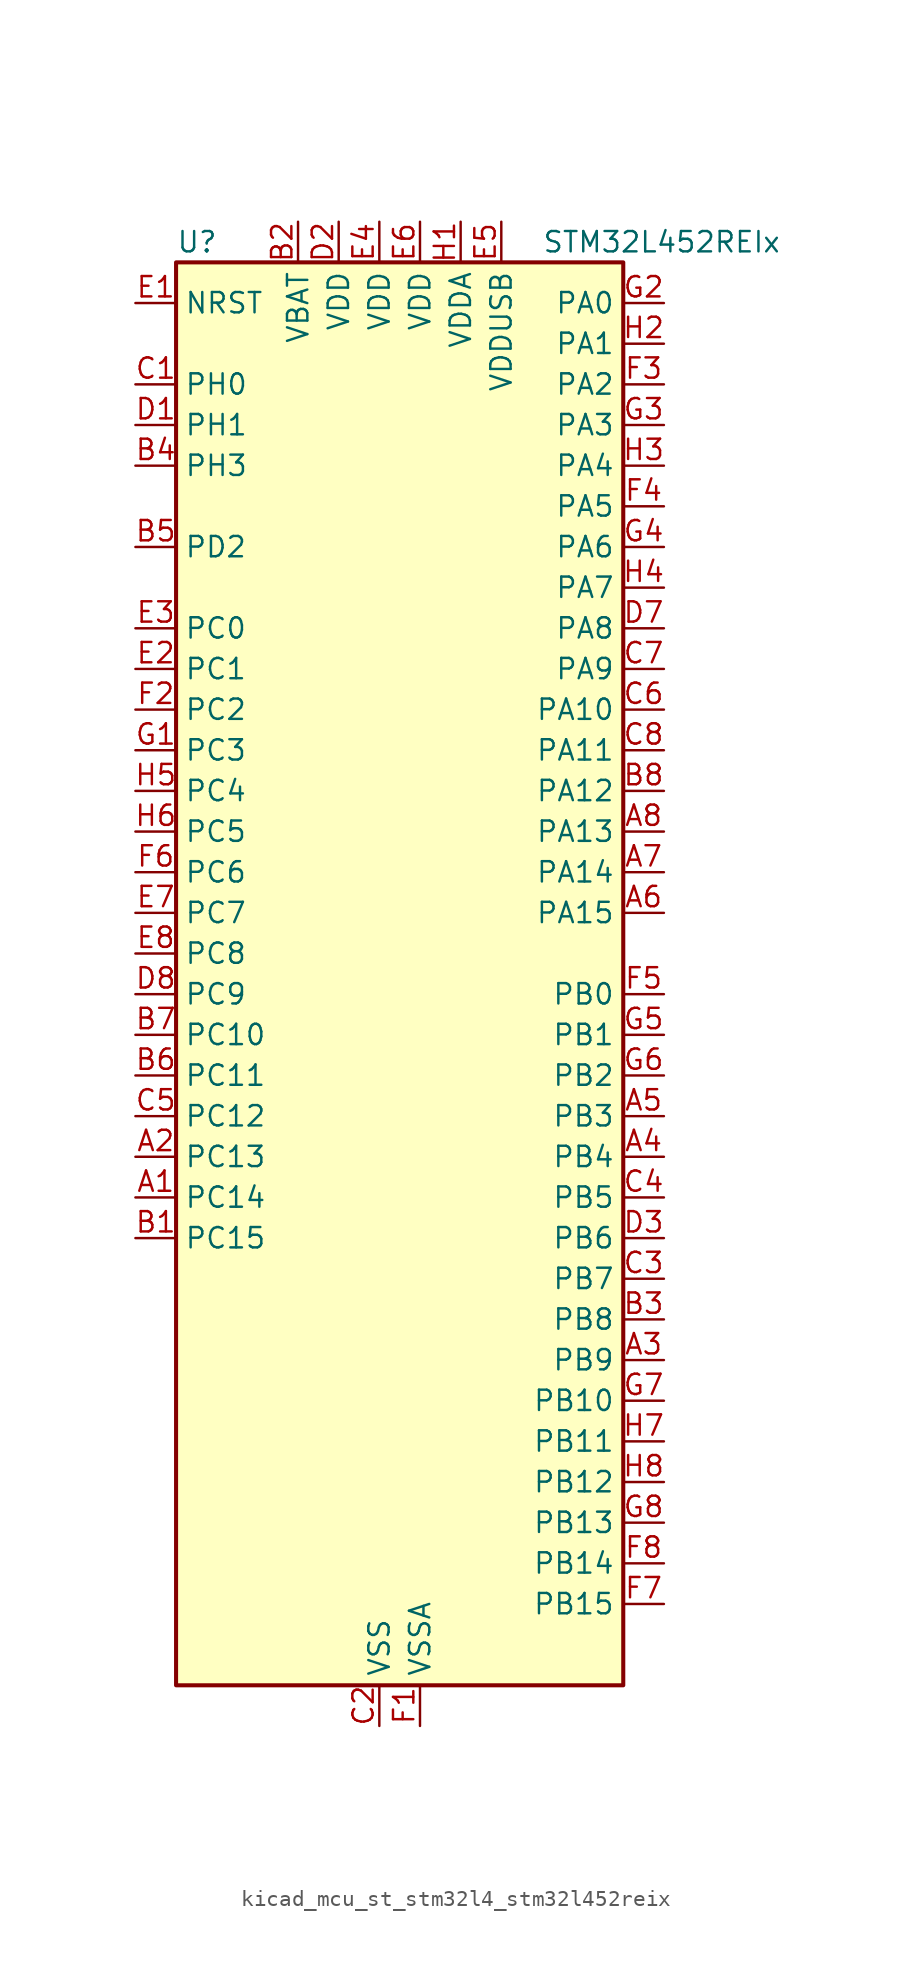
<source format=kicad_sym>
(kicad_symbol_lib
  (version 20220914)
  (generator kicad_symbol_editor)
  (symbol "kicad_mcu_st_stm32l4_stm32l452reix"
    (property "Reference" "U"
      (at -12.7 46.99 0)
      (effects (font (size 1.27 1.27)) (justify left)))
    (property "Value" "STM32L452REIx"
      (at 10.16 46.99 0)
      (effects (font (size 1.27 1.27)) (justify left)))
    (property "ki_locked" ""
      (at 0 0 0)
      (effects (font (size 1.27 1.27))))
    (symbol "kicad_mcu_st_stm32l4_stm32l452reix_0_1"
      (rectangle (start -12.7 -43.18) (end 15.24 45.72) (stroke (width 0.254) (type default)) (fill (type background))))
    (symbol "kicad_mcu_st_stm32l4_stm32l452reix_1_1"
      (pin bidirectional line (at -15.24 -12.7 0) (length 2.54) (name "PC14" (effects (font (size 1.27 1.27)))) (number "A1" (effects (font (size 1.27 1.27)))) (alternate "RCC_OSC32_IN" bidirectional line))
      (pin bidirectional line (at -15.24 -10.16 0) (length 2.54) (name "PC13" (effects (font (size 1.27 1.27)))) (number "A2" (effects (font (size 1.27 1.27)))) (alternate "RTC_OUT_ALARM" bidirectional line) (alternate "RTC_OUT_CALIB" bidirectional line) (alternate "RTC_TAMP1" bidirectional line) (alternate "RTC_TS" bidirectional line) (alternate "SYS_WKUP2" bidirectional line))
      (pin bidirectional line (at 17.78 -22.86 180) (length 2.54) (name "PB9" (effects (font (size 1.27 1.27)))) (number "A3" (effects (font (size 1.27 1.27)))) (alternate "CAN1_TX" bidirectional line) (alternate "DAC1_EXTI9" bidirectional line) (alternate "I2C1_SDA" bidirectional line) (alternate "IR_OUT" bidirectional line) (alternate "SAI1_FS_A" bidirectional line) (alternate "SDMMC1_D5" bidirectional line) (alternate "SPI2_NSS" bidirectional line))
      (pin bidirectional line (at 17.78 -10.16 180) (length 2.54) (name "PB4" (effects (font (size 1.27 1.27)))) (number "A4" (effects (font (size 1.27 1.27)))) (alternate "COMP2_INP" bidirectional line) (alternate "I2C3_SDA" bidirectional line) (alternate "SAI1_MCLK_B" bidirectional line) (alternate "SPI1_MISO" bidirectional line) (alternate "SPI3_MISO" bidirectional line) (alternate "SYS_JTRST" bidirectional line) (alternate "TIM3_CH1" bidirectional line) (alternate "TSC_G2_IO1" bidirectional line) (alternate "USART1_CTS" bidirectional line))
      (pin bidirectional line (at 17.78 -7.62 180) (length 2.54) (name "PB3" (effects (font (size 1.27 1.27)))) (number "A5" (effects (font (size 1.27 1.27)))) (alternate "COMP2_INM" bidirectional line) (alternate "SAI1_SCK_B" bidirectional line) (alternate "SPI1_SCK" bidirectional line) (alternate "SPI3_SCK" bidirectional line) (alternate "SYS_JTDO-SWO" bidirectional line) (alternate "TIM2_CH2" bidirectional line) (alternate "USART1_DE" bidirectional line) (alternate "USART1_RTS" bidirectional line))
      (pin bidirectional line (at 17.78 5.08 180) (length 2.54) (name "PA15" (effects (font (size 1.27 1.27)))) (number "A6" (effects (font (size 1.27 1.27)))) (alternate "ADC1_EXTI15" bidirectional line) (alternate "SPI1_NSS" bidirectional line) (alternate "SPI3_NSS" bidirectional line) (alternate "SYS_JTDI" bidirectional line) (alternate "TIM2_CH1" bidirectional line) (alternate "TIM2_ETR" bidirectional line) (alternate "TSC_G3_IO1" bidirectional line) (alternate "UART4_DE" bidirectional line) (alternate "UART4_RTS" bidirectional line) (alternate "USART2_RX" bidirectional line) (alternate "USART3_DE" bidirectional line) (alternate "USART3_RTS" bidirectional line))
      (pin bidirectional line (at 17.78 7.62 180) (length 2.54) (name "PA14" (effects (font (size 1.27 1.27)))) (number "A7" (effects (font (size 1.27 1.27)))) (alternate "I2C1_SMBA" bidirectional line) (alternate "I2C4_SMBA" bidirectional line) (alternate "LPTIM1_OUT" bidirectional line) (alternate "SAI1_FS_B" bidirectional line) (alternate "SYS_JTCK-SWCLK" bidirectional line))
      (pin bidirectional line (at 17.78 10.16 180) (length 2.54) (name "PA13" (effects (font (size 1.27 1.27)))) (number "A8" (effects (font (size 1.27 1.27)))) (alternate "IR_OUT" bidirectional line) (alternate "SAI1_SD_B" bidirectional line) (alternate "SYS_JTMS-SWDIO" bidirectional line) (alternate "USB_NOE" bidirectional line))
      (pin bidirectional line (at -15.24 -15.24 0) (length 2.54) (name "PC15" (effects (font (size 1.27 1.27)))) (number "B1" (effects (font (size 1.27 1.27)))) (alternate "ADC1_EXTI15" bidirectional line) (alternate "RCC_OSC32_OUT" bidirectional line))
      (pin power_in line (at -5.08 48.26 270) (length 2.54) (name "VBAT" (effects (font (size 1.27 1.27)))) (number "B2" (effects (font (size 1.27 1.27)))))
      (pin bidirectional line (at 17.78 -20.32 180) (length 2.54) (name "PB8" (effects (font (size 1.27 1.27)))) (number "B3" (effects (font (size 1.27 1.27)))) (alternate "CAN1_RX" bidirectional line) (alternate "I2C1_SCL" bidirectional line) (alternate "SAI1_MCLK_A" bidirectional line) (alternate "SDMMC1_D4" bidirectional line) (alternate "TIM16_CH1" bidirectional line))
      (pin bidirectional line (at -15.24 33.02 0) (length 2.54) (name "PH3" (effects (font (size 1.27 1.27)))) (number "B4" (effects (font (size 1.27 1.27)))))
      (pin bidirectional line (at -15.24 27.94 0) (length 2.54) (name "PD2" (effects (font (size 1.27 1.27)))) (number "B5" (effects (font (size 1.27 1.27)))) (alternate "SDMMC1_CMD" bidirectional line) (alternate "SYS_TRACED2" bidirectional line) (alternate "TIM3_ETR" bidirectional line) (alternate "TSC_SYNC" bidirectional line) (alternate "USART3_DE" bidirectional line) (alternate "USART3_RTS" bidirectional line))
      (pin bidirectional line (at -15.24 -5.08 0) (length 2.54) (name "PC11" (effects (font (size 1.27 1.27)))) (number "B6" (effects (font (size 1.27 1.27)))) (alternate "ADC1_EXTI11" bidirectional line) (alternate "SDMMC1_D3" bidirectional line) (alternate "SPI3_MISO" bidirectional line) (alternate "TSC_G3_IO3" bidirectional line) (alternate "UART4_RX" bidirectional line) (alternate "USART3_RX" bidirectional line))
      (pin bidirectional line (at -15.24 -2.54 0) (length 2.54) (name "PC10" (effects (font (size 1.27 1.27)))) (number "B7" (effects (font (size 1.27 1.27)))) (alternate "SDMMC1_D2" bidirectional line) (alternate "SPI3_SCK" bidirectional line) (alternate "SYS_TRACED1" bidirectional line) (alternate "TSC_G3_IO2" bidirectional line) (alternate "UART4_TX" bidirectional line) (alternate "USART3_TX" bidirectional line))
      (pin bidirectional line (at 17.78 12.7 180) (length 2.54) (name "PA12" (effects (font (size 1.27 1.27)))) (number "B8" (effects (font (size 1.27 1.27)))) (alternate "CAN1_TX" bidirectional line) (alternate "SPI1_MOSI" bidirectional line) (alternate "TIM1_ETR" bidirectional line) (alternate "USART1_DE" bidirectional line) (alternate "USART1_RTS" bidirectional line) (alternate "USB_DP" bidirectional line))
      (pin bidirectional line (at -15.24 38.1 0) (length 2.54) (name "PH0" (effects (font (size 1.27 1.27)))) (number "C1" (effects (font (size 1.27 1.27)))) (alternate "RCC_OSC_IN" bidirectional line))
      (pin power_in line (at 0 -45.72 90) (length 2.54) (name "VSS" (effects (font (size 1.27 1.27)))) (number "C2" (effects (font (size 1.27 1.27)))))
      (pin bidirectional line (at 17.78 -17.78 180) (length 2.54) (name "PB7" (effects (font (size 1.27 1.27)))) (number "C3" (effects (font (size 1.27 1.27)))) (alternate "COMP2_INM" bidirectional line) (alternate "I2C1_SDA" bidirectional line) (alternate "I2C4_SDA" bidirectional line) (alternate "LPTIM1_IN2" bidirectional line) (alternate "SYS_PVD_IN" bidirectional line) (alternate "TSC_G2_IO4" bidirectional line) (alternate "UART4_CTS" bidirectional line) (alternate "USART1_RX" bidirectional line))
      (pin bidirectional line (at 17.78 -12.7 180) (length 2.54) (name "PB5" (effects (font (size 1.27 1.27)))) (number "C4" (effects (font (size 1.27 1.27)))) (alternate "CAN1_RX" bidirectional line) (alternate "COMP2_OUT" bidirectional line) (alternate "I2C1_SMBA" bidirectional line) (alternate "LPTIM1_IN1" bidirectional line) (alternate "SAI1_SD_B" bidirectional line) (alternate "SPI1_MOSI" bidirectional line) (alternate "SPI3_MOSI" bidirectional line) (alternate "TIM16_BKIN" bidirectional line) (alternate "TIM3_CH2" bidirectional line) (alternate "TSC_G2_IO2" bidirectional line) (alternate "USART1_CK" bidirectional line))
      (pin bidirectional line (at -15.24 -7.62 0) (length 2.54) (name "PC12" (effects (font (size 1.27 1.27)))) (number "C5" (effects (font (size 1.27 1.27)))) (alternate "SDMMC1_CK" bidirectional line) (alternate "SPI3_MOSI" bidirectional line) (alternate "SYS_TRACED3" bidirectional line) (alternate "TSC_G3_IO4" bidirectional line) (alternate "USART3_CK" bidirectional line))
      (pin bidirectional line (at 17.78 17.78 180) (length 2.54) (name "PA10" (effects (font (size 1.27 1.27)))) (number "C6" (effects (font (size 1.27 1.27)))) (alternate "CRS_SYNC" bidirectional line) (alternate "I2C1_SDA" bidirectional line) (alternate "SAI1_SD_A" bidirectional line) (alternate "TIM1_CH3" bidirectional line) (alternate "USART1_RX" bidirectional line))
      (pin bidirectional line (at 17.78 20.32 180) (length 2.54) (name "PA9" (effects (font (size 1.27 1.27)))) (number "C7" (effects (font (size 1.27 1.27)))) (alternate "DAC1_EXTI9" bidirectional line) (alternate "DFSDM1_DATIN1" bidirectional line) (alternate "I2C1_SCL" bidirectional line) (alternate "SAI1_FS_A" bidirectional line) (alternate "TIM15_BKIN" bidirectional line) (alternate "TIM1_CH2" bidirectional line) (alternate "USART1_TX" bidirectional line))
      (pin bidirectional line (at 17.78 15.24 180) (length 2.54) (name "PA11" (effects (font (size 1.27 1.27)))) (number "C8" (effects (font (size 1.27 1.27)))) (alternate "ADC1_EXTI11" bidirectional line) (alternate "CAN1_RX" bidirectional line) (alternate "COMP1_OUT" bidirectional line) (alternate "SPI1_MISO" bidirectional line) (alternate "TIM1_BKIN2" bidirectional line) (alternate "TIM1_BKIN2_COMP1" bidirectional line) (alternate "TIM1_CH4" bidirectional line) (alternate "USART1_CTS" bidirectional line) (alternate "USB_DM" bidirectional line))
      (pin bidirectional line (at -15.24 35.56 0) (length 2.54) (name "PH1" (effects (font (size 1.27 1.27)))) (number "D1" (effects (font (size 1.27 1.27)))) (alternate "RCC_OSC_OUT" bidirectional line))
      (pin power_in line (at -2.54 48.26 270) (length 2.54) (name "VDD" (effects (font (size 1.27 1.27)))) (number "D2" (effects (font (size 1.27 1.27)))))
      (pin bidirectional line (at 17.78 -15.24 180) (length 2.54) (name "PB6" (effects (font (size 1.27 1.27)))) (number "D3" (effects (font (size 1.27 1.27)))) (alternate "CAN1_TX" bidirectional line) (alternate "COMP2_INP" bidirectional line) (alternate "I2C1_SCL" bidirectional line) (alternate "I2C4_SCL" bidirectional line) (alternate "LPTIM1_ETR" bidirectional line) (alternate "SAI1_FS_B" bidirectional line) (alternate "TIM16_CH1N" bidirectional line) (alternate "TSC_G2_IO3" bidirectional line) (alternate "USART1_TX" bidirectional line))
      (pin passive line (at 0 -45.72 90) (length 2.54) hide (name "VSS" (effects (font (size 1.27 1.27)))) (number "D4" (effects (font (size 1.27 1.27)))))
      (pin passive line (at 0 -45.72 90) (length 2.54) hide (name "VSS" (effects (font (size 1.27 1.27)))) (number "D5" (effects (font (size 1.27 1.27)))))
      (pin passive line (at 0 -45.72 90) (length 2.54) hide (name "VSS" (effects (font (size 1.27 1.27)))) (number "D6" (effects (font (size 1.27 1.27)))))
      (pin bidirectional line (at 17.78 22.86 180) (length 2.54) (name "PA8" (effects (font (size 1.27 1.27)))) (number "D7" (effects (font (size 1.27 1.27)))) (alternate "DFSDM1_CKIN1" bidirectional line) (alternate "LPTIM2_OUT" bidirectional line) (alternate "RCC_MCO" bidirectional line) (alternate "SAI1_SCK_A" bidirectional line) (alternate "TIM1_CH1" bidirectional line) (alternate "USART1_CK" bidirectional line))
      (pin bidirectional line (at -15.24 0 0) (length 2.54) (name "PC9" (effects (font (size 1.27 1.27)))) (number "D8" (effects (font (size 1.27 1.27)))) (alternate "DAC1_EXTI9" bidirectional line) (alternate "SDMMC1_D1" bidirectional line) (alternate "TIM3_CH4" bidirectional line) (alternate "TSC_G4_IO4" bidirectional line) (alternate "USB_NOE" bidirectional line))
      (pin input line (at -15.24 43.18 0) (length 2.54) (name "NRST" (effects (font (size 1.27 1.27)))) (number "E1" (effects (font (size 1.27 1.27)))))
      (pin bidirectional line (at -15.24 20.32 0) (length 2.54) (name "PC1" (effects (font (size 1.27 1.27)))) (number "E2" (effects (font (size 1.27 1.27)))) (alternate "ADC1_IN2" bidirectional line) (alternate "I2C3_SDA" bidirectional line) (alternate "I2C4_SDA" bidirectional line) (alternate "LPTIM1_OUT" bidirectional line) (alternate "LPUART1_TX" bidirectional line) (alternate "SYS_TRACED0" bidirectional line))
      (pin bidirectional line (at -15.24 22.86 0) (length 2.54) (name "PC0" (effects (font (size 1.27 1.27)))) (number "E3" (effects (font (size 1.27 1.27)))) (alternate "ADC1_IN1" bidirectional line) (alternate "I2C3_SCL" bidirectional line) (alternate "I2C4_SCL" bidirectional line) (alternate "LPTIM1_IN1" bidirectional line) (alternate "LPTIM2_IN1" bidirectional line) (alternate "LPUART1_RX" bidirectional line))
      (pin power_in line (at 0 48.26 270) (length 2.54) (name "VDD" (effects (font (size 1.27 1.27)))) (number "E4" (effects (font (size 1.27 1.27)))))
      (pin power_in line (at 7.62 48.26 270) (length 2.54) (name "VDDUSB" (effects (font (size 1.27 1.27)))) (number "E5" (effects (font (size 1.27 1.27)))))
      (pin power_in line (at 2.54 48.26 270) (length 2.54) (name "VDD" (effects (font (size 1.27 1.27)))) (number "E6" (effects (font (size 1.27 1.27)))))
      (pin bidirectional line (at -15.24 5.08 0) (length 2.54) (name "PC7" (effects (font (size 1.27 1.27)))) (number "E7" (effects (font (size 1.27 1.27)))) (alternate "DFSDM1_DATIN3" bidirectional line) (alternate "SDMMC1_D7" bidirectional line) (alternate "TIM3_CH2" bidirectional line) (alternate "TSC_G4_IO2" bidirectional line))
      (pin bidirectional line (at -15.24 2.54 0) (length 2.54) (name "PC8" (effects (font (size 1.27 1.27)))) (number "E8" (effects (font (size 1.27 1.27)))) (alternate "SDMMC1_D0" bidirectional line) (alternate "TIM3_CH3" bidirectional line) (alternate "TSC_G4_IO3" bidirectional line))
      (pin power_in line (at 2.54 -45.72 90) (length 2.54) (name "VSSA" (effects (font (size 1.27 1.27)))) (number "F1" (effects (font (size 1.27 1.27)))))
      (pin bidirectional line (at -15.24 17.78 0) (length 2.54) (name "PC2" (effects (font (size 1.27 1.27)))) (number "F2" (effects (font (size 1.27 1.27)))) (alternate "ADC1_IN3" bidirectional line) (alternate "DFSDM1_CKOUT" bidirectional line) (alternate "LPTIM1_IN2" bidirectional line) (alternate "SPI2_MISO" bidirectional line))
      (pin bidirectional line (at 17.78 38.1 180) (length 2.54) (name "PA2" (effects (font (size 1.27 1.27)))) (number "F3" (effects (font (size 1.27 1.27)))) (alternate "ADC1_IN7" bidirectional line) (alternate "COMP2_INM" bidirectional line) (alternate "COMP2_OUT" bidirectional line) (alternate "LPUART1_TX" bidirectional line) (alternate "QUADSPI_BK1_NCS" bidirectional line) (alternate "RCC_LSCO" bidirectional line) (alternate "SYS_WKUP4" bidirectional line) (alternate "TIM15_CH1" bidirectional line) (alternate "TIM2_CH3" bidirectional line) (alternate "USART2_TX" bidirectional line))
      (pin bidirectional line (at 17.78 30.48 180) (length 2.54) (name "PA5" (effects (font (size 1.27 1.27)))) (number "F4" (effects (font (size 1.27 1.27)))) (alternate "ADC1_IN10" bidirectional line) (alternate "COMP1_INM" bidirectional line) (alternate "COMP2_INM" bidirectional line) (alternate "DFSDM1_CKOUT" bidirectional line) (alternate "LPTIM2_ETR" bidirectional line) (alternate "SPI1_SCK" bidirectional line) (alternate "TIM2_CH1" bidirectional line) (alternate "TIM2_ETR" bidirectional line))
      (pin bidirectional line (at 17.78 0 180) (length 2.54) (name "PB0" (effects (font (size 1.27 1.27)))) (number "F5" (effects (font (size 1.27 1.27)))) (alternate "ADC1_IN15" bidirectional line) (alternate "COMP1_OUT" bidirectional line) (alternate "DFSDM1_CKIN0" bidirectional line) (alternate "QUADSPI_BK1_IO1" bidirectional line) (alternate "SAI1_EXTCLK" bidirectional line) (alternate "SPI1_NSS" bidirectional line) (alternate "TIM1_CH2N" bidirectional line) (alternate "TIM3_CH3" bidirectional line) (alternate "USART3_CK" bidirectional line))
      (pin bidirectional line (at -15.24 7.62 0) (length 2.54) (name "PC6" (effects (font (size 1.27 1.27)))) (number "F6" (effects (font (size 1.27 1.27)))) (alternate "DFSDM1_CKIN3" bidirectional line) (alternate "SDMMC1_D6" bidirectional line) (alternate "TIM3_CH1" bidirectional line) (alternate "TSC_G4_IO1" bidirectional line))
      (pin bidirectional line (at 17.78 -38.1 180) (length 2.54) (name "PB15" (effects (font (size 1.27 1.27)))) (number "F7" (effects (font (size 1.27 1.27)))) (alternate "ADC1_EXTI15" bidirectional line) (alternate "DFSDM1_CKIN2" bidirectional line) (alternate "RTC_REFIN" bidirectional line) (alternate "SAI1_SD_A" bidirectional line) (alternate "SPI2_MOSI" bidirectional line) (alternate "TIM15_CH2" bidirectional line) (alternate "TIM1_CH3N" bidirectional line) (alternate "TSC_G1_IO4" bidirectional line))
      (pin bidirectional line (at 17.78 -35.56 180) (length 2.54) (name "PB14" (effects (font (size 1.27 1.27)))) (number "F8" (effects (font (size 1.27 1.27)))) (alternate "DFSDM1_DATIN2" bidirectional line) (alternate "I2C2_SDA" bidirectional line) (alternate "SAI1_MCLK_A" bidirectional line) (alternate "SPI2_MISO" bidirectional line) (alternate "TIM15_CH1" bidirectional line) (alternate "TIM1_CH2N" bidirectional line) (alternate "TSC_G1_IO3" bidirectional line) (alternate "USART3_DE" bidirectional line) (alternate "USART3_RTS" bidirectional line))
      (pin bidirectional line (at -15.24 15.24 0) (length 2.54) (name "PC3" (effects (font (size 1.27 1.27)))) (number "G1" (effects (font (size 1.27 1.27)))) (alternate "ADC1_IN4" bidirectional line) (alternate "LPTIM1_ETR" bidirectional line) (alternate "LPTIM2_ETR" bidirectional line) (alternate "SAI1_SD_A" bidirectional line) (alternate "SPI2_MOSI" bidirectional line))
      (pin bidirectional line (at 17.78 43.18 180) (length 2.54) (name "PA0" (effects (font (size 1.27 1.27)))) (number "G2" (effects (font (size 1.27 1.27)))) (alternate "ADC1_IN5" bidirectional line) (alternate "COMP1_INM" bidirectional line) (alternate "COMP1_OUT" bidirectional line) (alternate "OPAMP1_VINP" bidirectional line) (alternate "RTC_TAMP2" bidirectional line) (alternate "SAI1_EXTCLK" bidirectional line) (alternate "SYS_WKUP1" bidirectional line) (alternate "TIM2_CH1" bidirectional line) (alternate "TIM2_ETR" bidirectional line) (alternate "UART4_TX" bidirectional line) (alternate "USART2_CTS" bidirectional line))
      (pin bidirectional line (at 17.78 35.56 180) (length 2.54) (name "PA3" (effects (font (size 1.27 1.27)))) (number "G3" (effects (font (size 1.27 1.27)))) (alternate "ADC1_IN8" bidirectional line) (alternate "COMP2_INP" bidirectional line) (alternate "LPUART1_RX" bidirectional line) (alternate "OPAMP1_VOUT" bidirectional line) (alternate "QUADSPI_CLK" bidirectional line) (alternate "SAI1_MCLK_A" bidirectional line) (alternate "TIM15_CH2" bidirectional line) (alternate "TIM2_CH4" bidirectional line) (alternate "USART2_RX" bidirectional line))
      (pin bidirectional line (at 17.78 27.94 180) (length 2.54) (name "PA6" (effects (font (size 1.27 1.27)))) (number "G4" (effects (font (size 1.27 1.27)))) (alternate "ADC1_IN11" bidirectional line) (alternate "COMP1_OUT" bidirectional line) (alternate "LPUART1_CTS" bidirectional line) (alternate "QUADSPI_BK1_IO3" bidirectional line) (alternate "SPI1_MISO" bidirectional line) (alternate "TIM16_CH1" bidirectional line) (alternate "TIM1_BKIN" bidirectional line) (alternate "TIM1_BKIN_COMP2" bidirectional line) (alternate "TIM3_CH1" bidirectional line) (alternate "USART3_CTS" bidirectional line))
      (pin bidirectional line (at 17.78 -2.54 180) (length 2.54) (name "PB1" (effects (font (size 1.27 1.27)))) (number "G5" (effects (font (size 1.27 1.27)))) (alternate "ADC1_IN16" bidirectional line) (alternate "COMP1_INM" bidirectional line) (alternate "DFSDM1_DATIN0" bidirectional line) (alternate "LPTIM2_IN1" bidirectional line) (alternate "LPUART1_DE" bidirectional line) (alternate "LPUART1_RTS" bidirectional line) (alternate "QUADSPI_BK1_IO0" bidirectional line) (alternate "TIM1_CH3N" bidirectional line) (alternate "TIM3_CH4" bidirectional line) (alternate "USART3_DE" bidirectional line) (alternate "USART3_RTS" bidirectional line))
      (pin bidirectional line (at 17.78 -5.08 180) (length 2.54) (name "PB2" (effects (font (size 1.27 1.27)))) (number "G6" (effects (font (size 1.27 1.27)))) (alternate "COMP1_INP" bidirectional line) (alternate "DFSDM1_CKIN0" bidirectional line) (alternate "I2C3_SMBA" bidirectional line) (alternate "LPTIM1_OUT" bidirectional line) (alternate "RTC_OUT_ALARM" bidirectional line) (alternate "RTC_OUT_CALIB" bidirectional line))
      (pin bidirectional line (at 17.78 -25.4 180) (length 2.54) (name "PB10" (effects (font (size 1.27 1.27)))) (number "G7" (effects (font (size 1.27 1.27)))) (alternate "COMP1_OUT" bidirectional line) (alternate "I2C2_SCL" bidirectional line) (alternate "I2C4_SCL" bidirectional line) (alternate "LPUART1_RX" bidirectional line) (alternate "QUADSPI_CLK" bidirectional line) (alternate "SAI1_SCK_A" bidirectional line) (alternate "SPI2_SCK" bidirectional line) (alternate "TIM2_CH3" bidirectional line) (alternate "TSC_SYNC" bidirectional line) (alternate "USART3_TX" bidirectional line))
      (pin bidirectional line (at 17.78 -33.02 180) (length 2.54) (name "PB13" (effects (font (size 1.27 1.27)))) (number "G8" (effects (font (size 1.27 1.27)))) (alternate "CAN1_TX" bidirectional line) (alternate "DFSDM1_CKIN1" bidirectional line) (alternate "I2C2_SCL" bidirectional line) (alternate "LPUART1_CTS" bidirectional line) (alternate "SAI1_SCK_A" bidirectional line) (alternate "SPI2_SCK" bidirectional line) (alternate "TIM15_CH1N" bidirectional line) (alternate "TIM1_CH1N" bidirectional line) (alternate "TSC_G1_IO2" bidirectional line) (alternate "USART3_CTS" bidirectional line))
      (pin power_in line (at 5.08 48.26 270) (length 2.54) (name "VDDA" (effects (font (size 1.27 1.27)))) (number "H1" (effects (font (size 1.27 1.27)))))
      (pin bidirectional line (at 17.78 40.64 180) (length 2.54) (name "PA1" (effects (font (size 1.27 1.27)))) (number "H2" (effects (font (size 1.27 1.27)))) (alternate "ADC1_IN6" bidirectional line) (alternate "COMP1_INP" bidirectional line) (alternate "I2C1_SMBA" bidirectional line) (alternate "OPAMP1_VINM" bidirectional line) (alternate "SPI1_SCK" bidirectional line) (alternate "TIM15_CH1N" bidirectional line) (alternate "TIM2_CH2" bidirectional line) (alternate "UART4_RX" bidirectional line) (alternate "USART2_DE" bidirectional line) (alternate "USART2_RTS" bidirectional line))
      (pin bidirectional line (at 17.78 33.02 180) (length 2.54) (name "PA4" (effects (font (size 1.27 1.27)))) (number "H3" (effects (font (size 1.27 1.27)))) (alternate "ADC1_IN9" bidirectional line) (alternate "COMP1_INM" bidirectional line) (alternate "COMP2_INM" bidirectional line) (alternate "DAC1_OUT1" bidirectional line) (alternate "LPTIM2_OUT" bidirectional line) (alternate "SAI1_FS_B" bidirectional line) (alternate "SPI1_NSS" bidirectional line) (alternate "SPI3_NSS" bidirectional line) (alternate "USART2_CK" bidirectional line))
      (pin bidirectional line (at 17.78 25.4 180) (length 2.54) (name "PA7" (effects (font (size 1.27 1.27)))) (number "H4" (effects (font (size 1.27 1.27)))) (alternate "ADC1_IN12" bidirectional line) (alternate "COMP2_OUT" bidirectional line) (alternate "DFSDM1_DATIN0" bidirectional line) (alternate "I2C3_SCL" bidirectional line) (alternate "QUADSPI_BK1_IO2" bidirectional line) (alternate "SPI1_MOSI" bidirectional line) (alternate "TIM1_CH1N" bidirectional line) (alternate "TIM3_CH2" bidirectional line))
      (pin bidirectional line (at -15.24 12.7 0) (length 2.54) (name "PC4" (effects (font (size 1.27 1.27)))) (number "H5" (effects (font (size 1.27 1.27)))) (alternate "ADC1_IN13" bidirectional line) (alternate "COMP1_INM" bidirectional line) (alternate "USART3_TX" bidirectional line))
      (pin bidirectional line (at -15.24 10.16 0) (length 2.54) (name "PC5" (effects (font (size 1.27 1.27)))) (number "H6" (effects (font (size 1.27 1.27)))) (alternate "ADC1_IN14" bidirectional line) (alternate "COMP1_INP" bidirectional line) (alternate "SYS_WKUP5" bidirectional line) (alternate "USART3_RX" bidirectional line))
      (pin bidirectional line (at 17.78 -27.94 180) (length 2.54) (name "PB11" (effects (font (size 1.27 1.27)))) (number "H7" (effects (font (size 1.27 1.27)))) (alternate "ADC1_EXTI11" bidirectional line) (alternate "COMP2_OUT" bidirectional line) (alternate "I2C2_SDA" bidirectional line) (alternate "I2C4_SDA" bidirectional line) (alternate "LPUART1_TX" bidirectional line) (alternate "QUADSPI_BK1_NCS" bidirectional line) (alternate "TIM2_CH4" bidirectional line) (alternate "USART3_RX" bidirectional line))
      (pin bidirectional line (at 17.78 -30.48 180) (length 2.54) (name "PB12" (effects (font (size 1.27 1.27)))) (number "H8" (effects (font (size 1.27 1.27)))) (alternate "CAN1_RX" bidirectional line) (alternate "DFSDM1_DATIN1" bidirectional line) (alternate "I2C2_SMBA" bidirectional line) (alternate "LPUART1_DE" bidirectional line) (alternate "LPUART1_RTS" bidirectional line) (alternate "SAI1_FS_A" bidirectional line) (alternate "SPI2_NSS" bidirectional line) (alternate "TIM15_BKIN" bidirectional line) (alternate "TIM1_BKIN" bidirectional line) (alternate "TIM1_BKIN_COMP2" bidirectional line) (alternate "TSC_G1_IO1" bidirectional line) (alternate "USART3_CK" bidirectional line)))))
</source>
